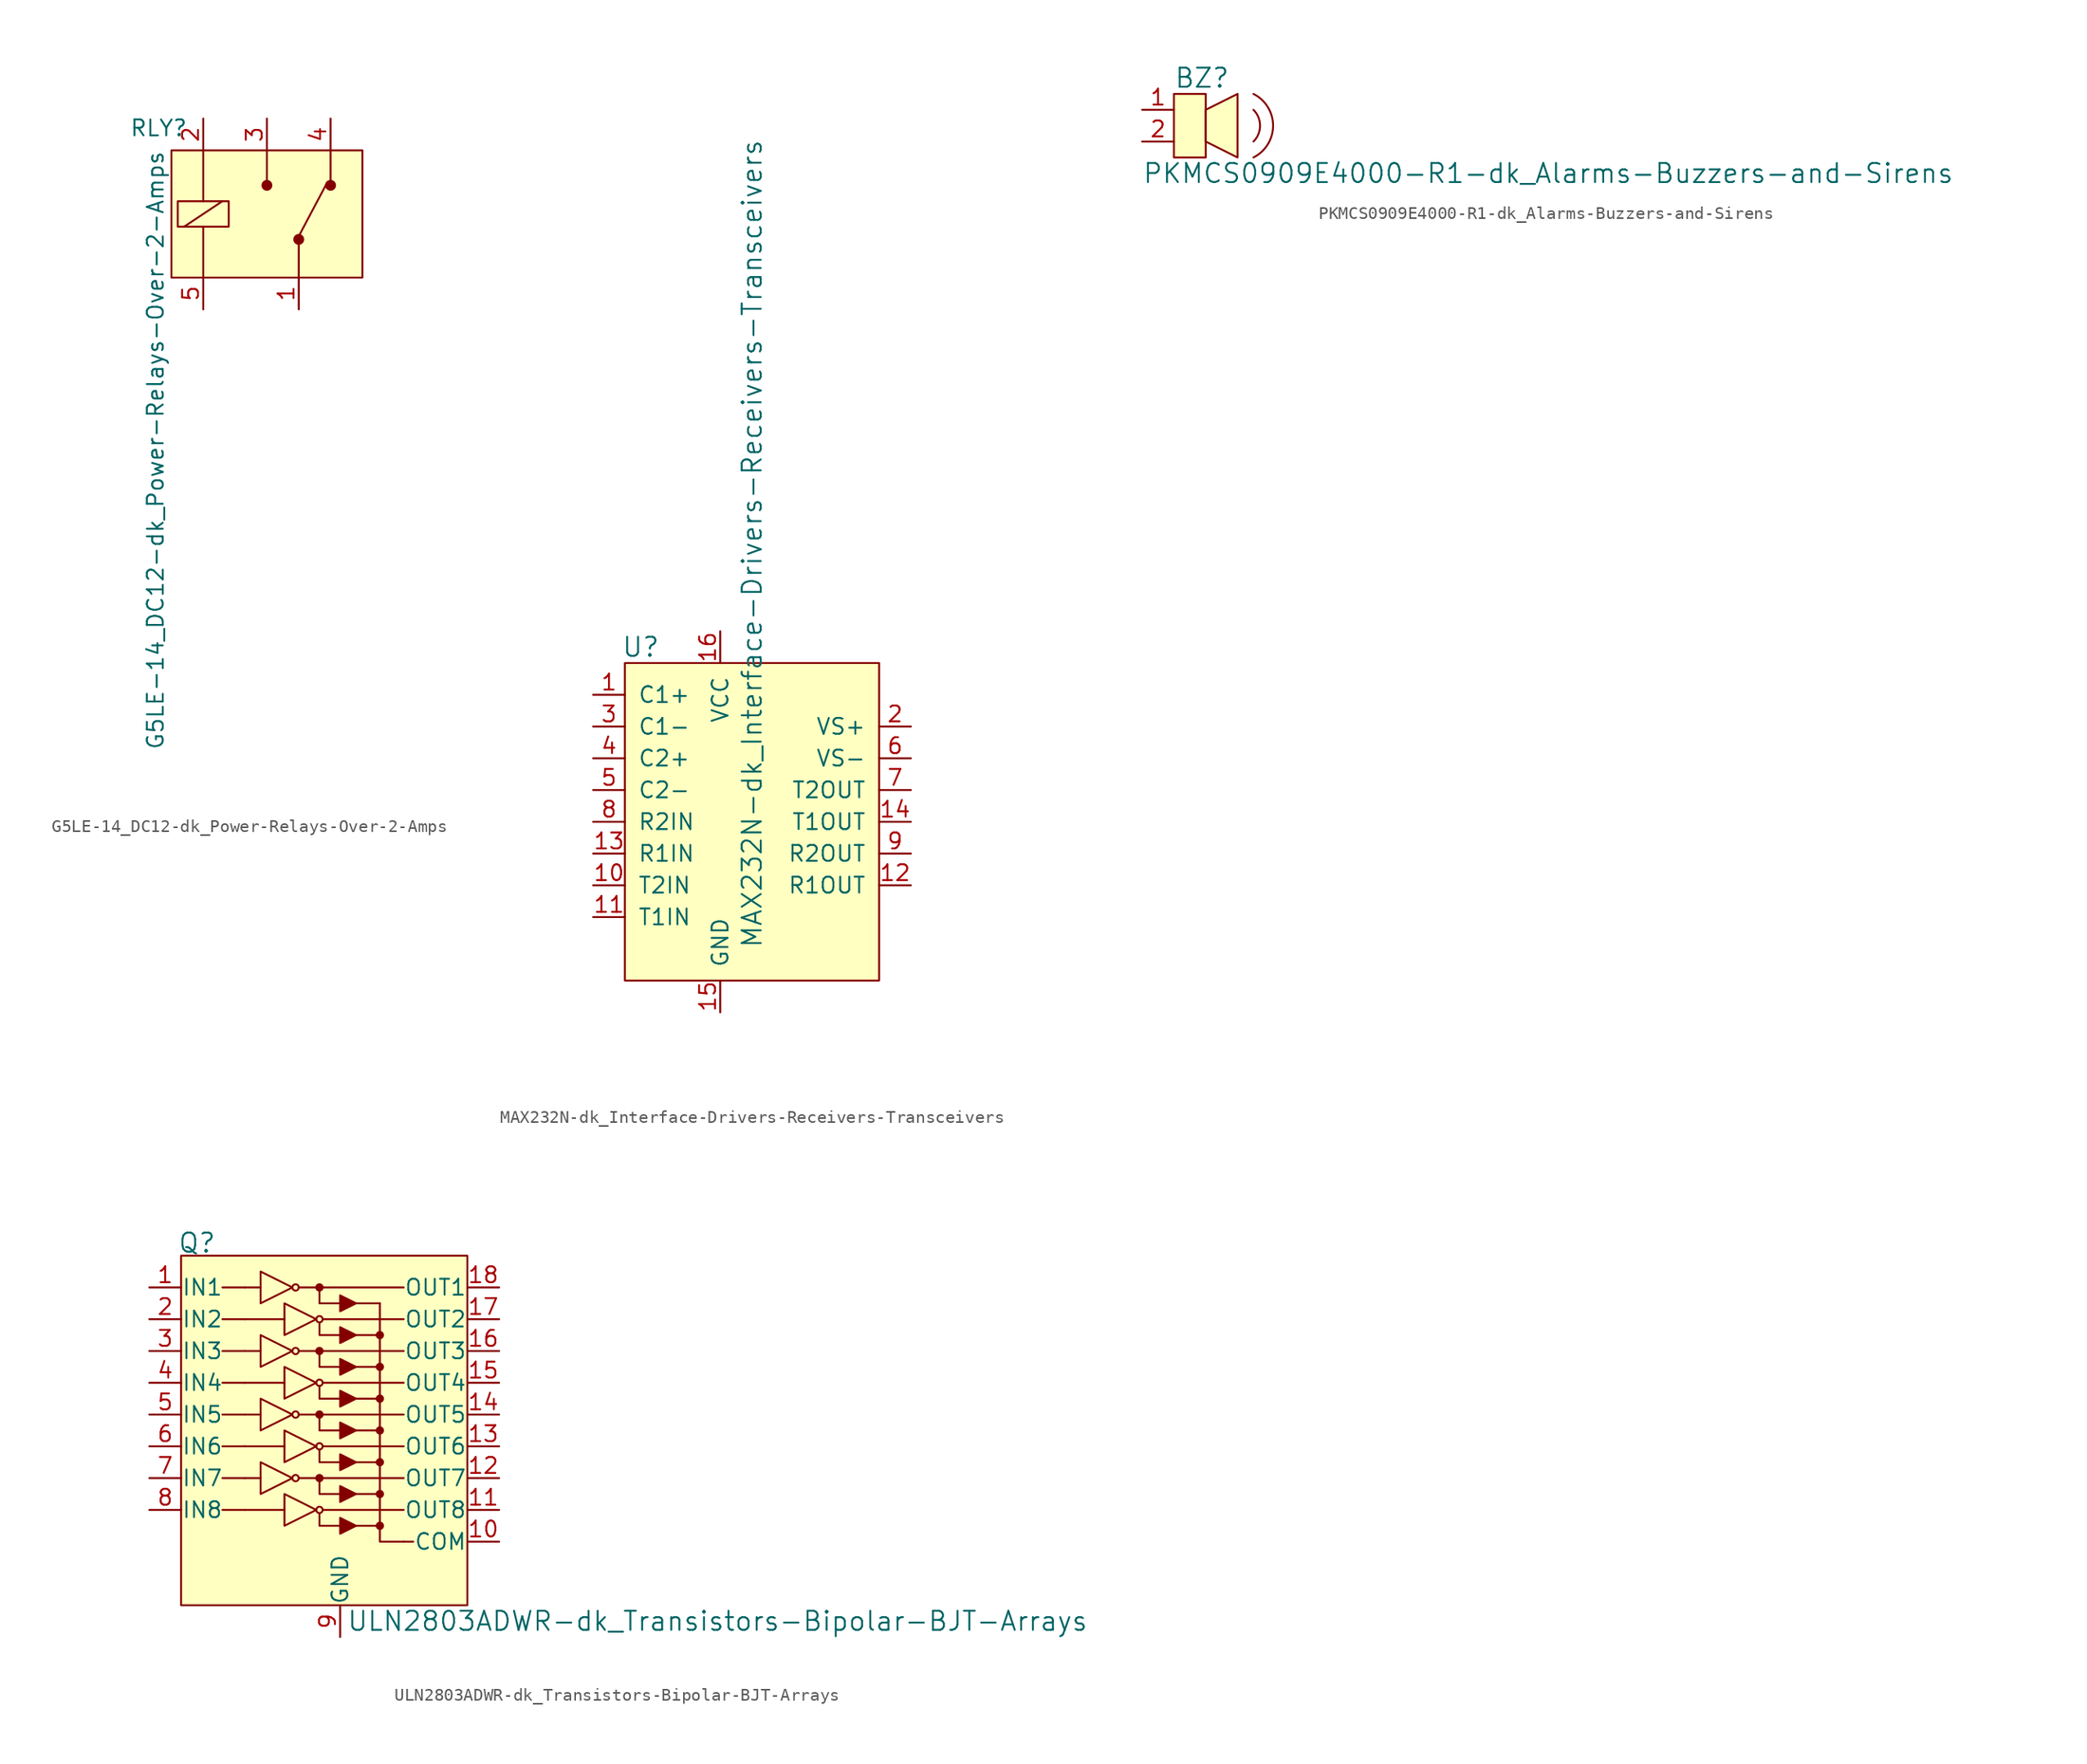
<source format=kicad_sym>
(kicad_symbol_lib
  (version 20220914)
  (generator kicad_symbol_editor)
  (symbol "G5LE-14_DC12-dk_Power-Relays-Over-2-Amps"
    (pin_names
      (offset 0) hide)
    (property "Reference" "RLY"
      (at -8.636 6.858 0)
      (effects (font (size 1.27 1.27))))
    (property "Value" "G5LE-14_DC12-dk_Power-Relays-Over-2-Amps"
      (at -8.89 5.08 90)
      (effects (font (size 1.27 1.27)) (justify right)))
    (symbol "G5LE-14_DC12-dk_Power-Relays-Over-2-Amps_0_1"
      (rectangle (start -7.62 5.08) (end 7.62 -5.08) (stroke (width 0) (type solid)) (fill (type background)))
      (rectangle (start -7.112 1.016) (end -3.048 -1.016) (stroke (width 0) (type solid)) (fill (type none)))
      (polyline (pts (xy -6.604 -1.016) (xy -3.556 1.016)) (stroke (width 0) (type solid)) (fill (type none)))
      (polyline (pts (xy -5.08 -5.08) (xy -5.08 -1.016)) (stroke (width 0) (type solid)) (fill (type none)))
      (polyline (pts (xy -5.08 5.08) (xy -5.08 1.016)) (stroke (width 0) (type solid)) (fill (type none)))
      (polyline (pts (xy 0 5.08) (xy 0 2.54)) (stroke (width 0) (type solid)) (fill (type none)))
      (polyline (pts (xy 2.54 -5.08) (xy 2.54 -2.286)) (stroke (width 0) (type solid)) (fill (type none)))
      (polyline (pts (xy 2.54 -1.778) (xy 4.826 2.54)) (stroke (width 0) (type solid)) (fill (type none)))
      (polyline (pts (xy 5.08 5.08) (xy 5.08 2.54)) (stroke (width 0) (type solid)) (fill (type none)))
      (circle (center 0 2.286) (radius 0.356) (stroke (width 0) (type solid)) (fill (type outline)))
      (circle (center 2.54 -2.032) (radius 0.356) (stroke (width 0) (type solid)) (fill (type outline)))
      (circle (center 5.08 2.286) (radius 0.356) (stroke (width 0) (type solid)) (fill (type outline))))
    (symbol "G5LE-14_DC12-dk_Power-Relays-Over-2-Amps_1_1"
      (pin passive line (at 2.54 -7.62 90) (length 2.54) (name "COM" (effects (font (size 1.27 1.27)))) (number "1" (effects (font (size 1.27 1.27)))))
      (pin passive line (at -5.08 7.62 270) (length 2.54) (name "COIL" (effects (font (size 1.27 1.27)))) (number "2" (effects (font (size 1.27 1.27)))))
      (pin passive line (at 0 7.62 270) (length 2.54) (name "NO" (effects (font (size 1.27 1.27)))) (number "3" (effects (font (size 1.27 1.27)))))
      (pin passive line (at 5.08 7.62 270) (length 2.54) (name "NC" (effects (font (size 1.27 1.27)))) (number "4" (effects (font (size 1.27 1.27)))))
      (pin passive line (at -5.08 -7.62 90) (length 2.54) (name "COIL" (effects (font (size 1.27 1.27)))) (number "5" (effects (font (size 1.27 1.27)))))))
  (symbol "MAX232N-dk_Interface-Drivers-Receivers-Transceivers"
    (pin_names
      (offset 1.016))
    (property "Reference" "U"
      (at -8.89 11.43 0)
      (effects (font (size 1.524 1.524))))
    (property "Value" "MAX232N-dk_Interface-Drivers-Receivers-Transceivers"
      (at 0 -12.7 90)
      (effects (font (size 1.524 1.524)) (justify left)))
    (symbol "MAX232N-dk_Interface-Drivers-Receivers-Transceivers_0_1"
      (rectangle (start -10.16 10.16) (end 10.16 -15.24) (stroke (width 0) (type solid)) (fill (type background))))
    (symbol "MAX232N-dk_Interface-Drivers-Receivers-Transceivers_1_1"
      (pin passive line (at -12.7 7.62 0) (length 2.54) (name "C1+" (effects (font (size 1.27 1.27)))) (number "1" (effects (font (size 1.27 1.27)))))
      (pin input line (at -12.7 -7.62 0) (length 2.54) (name "T2IN" (effects (font (size 1.27 1.27)))) (number "10" (effects (font (size 1.27 1.27)))))
      (pin input line (at -12.7 -10.16 0) (length 2.54) (name "T1IN" (effects (font (size 1.27 1.27)))) (number "11" (effects (font (size 1.27 1.27)))))
      (pin output line (at 12.7 -7.62 180) (length 2.54) (name "R1OUT" (effects (font (size 1.27 1.27)))) (number "12" (effects (font (size 1.27 1.27)))))
      (pin input line (at -12.7 -5.08 0) (length 2.54) (name "R1IN" (effects (font (size 1.27 1.27)))) (number "13" (effects (font (size 1.27 1.27)))))
      (pin output line (at 12.7 -2.54 180) (length 2.54) (name "T1OUT" (effects (font (size 1.27 1.27)))) (number "14" (effects (font (size 1.27 1.27)))))
      (pin power_in line (at -2.54 -17.78 90) (length 2.54) (name "GND" (effects (font (size 1.27 1.27)))) (number "15" (effects (font (size 1.27 1.27)))))
      (pin power_in line (at -2.54 12.7 270) (length 2.54) (name "VCC" (effects (font (size 1.27 1.27)))) (number "16" (effects (font (size 1.27 1.27)))))
      (pin output line (at 12.7 5.08 180) (length 2.54) (name "VS+" (effects (font (size 1.27 1.27)))) (number "2" (effects (font (size 1.27 1.27)))))
      (pin passive line (at -12.7 5.08 0) (length 2.54) (name "C1-" (effects (font (size 1.27 1.27)))) (number "3" (effects (font (size 1.27 1.27)))))
      (pin passive line (at -12.7 2.54 0) (length 2.54) (name "C2+" (effects (font (size 1.27 1.27)))) (number "4" (effects (font (size 1.27 1.27)))))
      (pin passive line (at -12.7 0 0) (length 2.54) (name "C2-" (effects (font (size 1.27 1.27)))) (number "5" (effects (font (size 1.27 1.27)))))
      (pin output line (at 12.7 2.54 180) (length 2.54) (name "VS-" (effects (font (size 1.27 1.27)))) (number "6" (effects (font (size 1.27 1.27)))))
      (pin output line (at 12.7 0 180) (length 2.54) (name "T2OUT" (effects (font (size 1.27 1.27)))) (number "7" (effects (font (size 1.27 1.27)))))
      (pin input line (at -12.7 -2.54 0) (length 2.54) (name "R2IN" (effects (font (size 1.27 1.27)))) (number "8" (effects (font (size 1.27 1.27)))))
      (pin output line (at 12.7 -5.08 180) (length 2.54) (name "R2OUT" (effects (font (size 1.27 1.27)))) (number "9" (effects (font (size 1.27 1.27)))))))
  (symbol "PKMCS0909E4000-R1-dk_Alarms-Buzzers-and-Sirens"
    (pin_names
      (offset 0.025))
    (property "Reference" "BZ"
      (at 0 5.08 0)
      (effects (font (size 1.524 1.524)) (justify left)))
    (property "Value" "PKMCS0909E4000-R1-dk_Alarms-Buzzers-and-Sirens"
      (at -2.54 -2.54 0)
      (effects (font (size 1.524 1.524)) (justify left)))
    (symbol "PKMCS0909E4000-R1-dk_Alarms-Buzzers-and-Sirens_0_1"
      (polyline (pts (xy 2.54 2.54) (xy 5.08 3.81) (xy 5.08 -1.27) (xy 2.54 0) (xy 2.54 2.54)) (stroke (width 0) (type solid)) (fill (type background)))
      (rectangle (start 0 3.81) (end 2.54 -1.27) (stroke (width 0) (type solid)) (fill (type background)))
      (arc (start 6.35 -1.27) (mid 7.9198 1.27) (end 6.35 3.81) (stroke (width 0) (type solid)) (fill (type none)))
      (arc (start 6.35 0) (mid 6.8761 1.27) (end 6.35 2.54) (stroke (width 0) (type solid)) (fill (type none))))
    (symbol "PKMCS0909E4000-R1-dk_Alarms-Buzzers-and-Sirens_1_1"
      (pin input line (at -2.54 2.54 0) (length 2.54) (name "~" (effects (font (size 1.27 1.27)))) (number "1" (effects (font (size 1.27 1.27)))))
      (pin input line (at -2.54 0 0) (length 2.54) (name "~" (effects (font (size 1.27 1.27)))) (number "2" (effects (font (size 1.27 1.27)))))))
  (symbol "ULN2803ADWR-dk_Transistors-Bipolar-BJT-Arrays"
    (pin_names
      (offset 0.025))
    (property "Reference" "Q"
      (at -19.05 23.876 0)
      (effects (font (size 1.524 1.524))))
    (property "Value" "ULN2803ADWR-dk_Transistors-Bipolar-BJT-Arrays"
      (at -7.112 -6.35 0)
      (effects (font (size 1.524 1.524)) (justify left)))
    (symbol "ULN2803ADWR-dk_Transistors-Bipolar-BJT-Arrays_0_1"
      (rectangle (start -20.32 22.86) (end 2.54 -5.08) (stroke (width 0) (type solid)) (fill (type background)))
      (circle (center -11.176 5.08) (radius 0.254) (stroke (width 0) (type solid)) (fill (type none)))
      (circle (center -11.176 10.16) (radius 0.254) (stroke (width 0) (type solid)) (fill (type none)))
      (circle (center -11.176 15.24) (radius 0.254) (stroke (width 0) (type solid)) (fill (type none)))
      (circle (center -11.176 20.32) (radius 0.254) (stroke (width 0) (type solid)) (fill (type none)))
      (circle (center -9.271 2.54) (radius 0.254) (stroke (width 0) (type solid)) (fill (type none)))
      (circle (center -9.271 5.08) (radius 0.254) (stroke (width 0) (type solid)) (fill (type outline)))
      (circle (center -9.271 7.62) (radius 0.254) (stroke (width 0) (type solid)) (fill (type none)))
      (circle (center -9.271 10.16) (radius 0.254) (stroke (width 0) (type solid)) (fill (type outline)))
      (circle (center -9.271 12.7) (radius 0.254) (stroke (width 0) (type solid)) (fill (type none)))
      (circle (center -9.271 15.24) (radius 0.254) (stroke (width 0) (type solid)) (fill (type outline)))
      (circle (center -9.271 17.78) (radius 0.254) (stroke (width 0) (type solid)) (fill (type none)))
      (circle (center -9.271 20.32) (radius 0.254) (stroke (width 0) (type solid)) (fill (type outline)))
      (circle (center -4.445 1.27) (radius 0.254) (stroke (width 0) (type solid)) (fill (type outline)))
      (circle (center -4.445 3.81) (radius 0.254) (stroke (width 0) (type solid)) (fill (type outline)))
      (circle (center -4.445 6.35) (radius 0.254) (stroke (width 0) (type solid)) (fill (type outline)))
      (circle (center -4.445 8.89) (radius 0.254) (stroke (width 0) (type solid)) (fill (type outline)))
      (circle (center -4.445 11.43) (radius 0.254) (stroke (width 0) (type solid)) (fill (type outline)))
      (circle (center -4.445 13.97) (radius 0.254) (stroke (width 0) (type solid)) (fill (type outline)))
      (circle (center -4.445 16.51) (radius 0.254) (stroke (width 0) (type solid)) (fill (type outline)))
      (polyline (pts (xy -15.24 2.54) (xy -17.018 2.54)) (stroke (width 0) (type solid)) (fill (type none)))
      (polyline (pts (xy -15.24 5.08) (xy -17.018 5.08)) (stroke (width 0) (type solid)) (fill (type none)))
      (polyline (pts (xy -15.24 5.08) (xy -13.97 5.08)) (stroke (width 0) (type solid)) (fill (type none)))
      (polyline (pts (xy -15.24 7.62) (xy -17.018 7.62)) (stroke (width 0) (type solid)) (fill (type none)))
      (polyline (pts (xy -15.24 10.16) (xy -17.018 10.16)) (stroke (width 0) (type solid)) (fill (type none)))
      (polyline (pts (xy -15.24 10.16) (xy -13.97 10.16)) (stroke (width 0) (type solid)) (fill (type none)))
      (polyline (pts (xy -15.24 12.7) (xy -17.018 12.7)) (stroke (width 0) (type solid)) (fill (type none)))
      (polyline (pts (xy -15.24 15.24) (xy -17.018 15.24)) (stroke (width 0) (type solid)) (fill (type none)))
      (polyline (pts (xy -15.24 15.24) (xy -13.97 15.24)) (stroke (width 0) (type solid)) (fill (type none)))
      (polyline (pts (xy -15.24 17.78) (xy -17.018 17.78)) (stroke (width 0) (type solid)) (fill (type none)))
      (polyline (pts (xy -15.24 20.32) (xy -17.018 20.32)) (stroke (width 0) (type solid)) (fill (type none)))
      (polyline (pts (xy -15.24 20.32) (xy -13.97 20.32)) (stroke (width 0) (type solid)) (fill (type none)))
      (polyline (pts (xy -12.065 2.54) (xy -15.24 2.54)) (stroke (width 0) (type solid)) (fill (type none)))
      (polyline (pts (xy -12.065 7.62) (xy -15.24 7.62)) (stroke (width 0) (type solid)) (fill (type none)))
      (polyline (pts (xy -12.065 12.7) (xy -15.24 12.7)) (stroke (width 0) (type solid)) (fill (type none)))
      (polyline (pts (xy -12.065 17.78) (xy -15.24 17.78)) (stroke (width 0) (type solid)) (fill (type none)))
      (polyline (pts (xy -10.922 5.08) (xy -9.398 5.08)) (stroke (width 0) (type solid)) (fill (type none)))
      (polyline (pts (xy -10.922 10.16) (xy -9.398 10.16)) (stroke (width 0) (type solid)) (fill (type none)))
      (polyline (pts (xy -10.922 15.24) (xy -9.398 15.24)) (stroke (width 0) (type solid)) (fill (type none)))
      (polyline (pts (xy -10.922 20.32) (xy -9.398 20.32)) (stroke (width 0) (type solid)) (fill (type none)))
      (polyline (pts (xy -9.017 5.08) (xy -2.54 5.08)) (stroke (width 0) (type solid)) (fill (type none)))
      (polyline (pts (xy -9.017 10.16) (xy -2.54 10.16)) (stroke (width 0) (type solid)) (fill (type none)))
      (polyline (pts (xy -9.017 15.24) (xy -2.54 15.24)) (stroke (width 0) (type solid)) (fill (type none)))
      (polyline (pts (xy -9.017 20.32) (xy -2.54 20.32)) (stroke (width 0) (type solid)) (fill (type none)))
      (polyline (pts (xy -6.35 1.27) (xy -4.445 1.27)) (stroke (width 0) (type solid)) (fill (type none)))
      (polyline (pts (xy -6.35 3.81) (xy -4.445 3.81)) (stroke (width 0) (type solid)) (fill (type none)))
      (polyline (pts (xy -6.35 6.35) (xy -4.445 6.35)) (stroke (width 0) (type solid)) (fill (type none)))
      (polyline (pts (xy -6.35 8.89) (xy -4.445 8.89)) (stroke (width 0) (type solid)) (fill (type none)))
      (polyline (pts (xy -6.35 11.43) (xy -4.445 11.43)) (stroke (width 0) (type solid)) (fill (type none)))
      (polyline (pts (xy -6.35 13.97) (xy -4.445 13.97)) (stroke (width 0) (type solid)) (fill (type none)))
      (polyline (pts (xy -6.35 16.51) (xy -4.445 16.51)) (stroke (width 0) (type solid)) (fill (type none)))
      (polyline (pts (xy -6.35 19.05) (xy -4.445 19.05)) (stroke (width 0) (type solid)) (fill (type none)))
      (polyline (pts (xy -2.54 0) (xy -1.778 0)) (stroke (width 0) (type solid)) (fill (type none)))
      (polyline (pts (xy -2.54 2.54) (xy -9.017 2.54)) (stroke (width 0) (type solid)) (fill (type none)))
      (polyline (pts (xy -2.54 7.62) (xy -9.017 7.62)) (stroke (width 0) (type solid)) (fill (type none)))
      (polyline (pts (xy -2.54 12.7) (xy -9.017 12.7)) (stroke (width 0) (type solid)) (fill (type none)))
      (polyline (pts (xy -2.54 17.78) (xy -9.017 17.78)) (stroke (width 0) (type solid)) (fill (type none)))
      (polyline (pts (xy -7.62 1.27) (xy -9.271 1.27) (xy -9.271 2.286)) (stroke (width 0) (type solid)) (fill (type none)))
      (polyline (pts (xy -7.62 3.81) (xy -9.271 3.81) (xy -9.271 4.953)) (stroke (width 0) (type solid)) (fill (type none)))
      (polyline (pts (xy -7.62 6.35) (xy -9.271 6.35) (xy -9.271 7.366)) (stroke (width 0) (type solid)) (fill (type none)))
      (polyline (pts (xy -7.62 8.89) (xy -9.271 8.89) (xy -9.271 10.033)) (stroke (width 0) (type solid)) (fill (type none)))
      (polyline (pts (xy -7.62 11.43) (xy -9.271 11.43) (xy -9.271 12.446)) (stroke (width 0) (type solid)) (fill (type none)))
      (polyline (pts (xy -7.62 13.97) (xy -9.271 13.97) (xy -9.271 15.113)) (stroke (width 0) (type solid)) (fill (type none)))
      (polyline (pts (xy -7.62 16.51) (xy -9.271 16.51) (xy -9.271 17.526)) (stroke (width 0) (type solid)) (fill (type none)))
      (polyline (pts (xy -7.62 19.05) (xy -9.271 19.05) (xy -9.271 20.193)) (stroke (width 0) (type solid)) (fill (type none)))
      (polyline (pts (xy -4.445 19.05) (xy -4.445 0) (xy -2.54 0)) (stroke (width 0) (type solid)) (fill (type none)))
      (polyline (pts (xy -13.97 6.35) (xy -13.97 3.81) (xy -11.43 5.08) (xy -13.97 6.35)) (stroke (width 0) (type solid)) (fill (type none)))
      (polyline (pts (xy -13.97 11.43) (xy -13.97 8.89) (xy -11.43 10.16) (xy -13.97 11.43)) (stroke (width 0) (type solid)) (fill (type none)))
      (polyline (pts (xy -13.97 16.51) (xy -13.97 13.97) (xy -11.43 15.24) (xy -13.97 16.51)) (stroke (width 0) (type solid)) (fill (type none)))
      (polyline (pts (xy -13.97 21.59) (xy -13.97 19.05) (xy -11.43 20.32) (xy -13.97 21.59)) (stroke (width 0) (type solid)) (fill (type none)))
      (polyline (pts (xy -12.065 3.81) (xy -12.065 1.27) (xy -9.525 2.54) (xy -12.065 3.81)) (stroke (width 0) (type solid)) (fill (type none)))
      (polyline (pts (xy -12.065 8.89) (xy -12.065 6.35) (xy -9.525 7.62) (xy -12.065 8.89)) (stroke (width 0) (type solid)) (fill (type none)))
      (polyline (pts (xy -12.065 13.97) (xy -12.065 11.43) (xy -9.525 12.7) (xy -12.065 13.97)) (stroke (width 0) (type solid)) (fill (type none)))
      (polyline (pts (xy -12.065 19.05) (xy -12.065 16.51) (xy -9.525 17.78) (xy -12.065 19.05)) (stroke (width 0) (type solid)) (fill (type none)))
      (polyline (pts (xy -7.62 1.905) (xy -7.62 0.635) (xy -6.35 1.27) (xy -7.62 1.905)) (stroke (width 0) (type solid)) (fill (type outline)))
      (polyline (pts (xy -7.62 4.445) (xy -7.62 3.175) (xy -6.35 3.81) (xy -7.62 4.445)) (stroke (width 0) (type solid)) (fill (type outline)))
      (polyline (pts (xy -7.62 6.985) (xy -7.62 5.715) (xy -6.35 6.35) (xy -7.62 6.985)) (stroke (width 0) (type solid)) (fill (type outline)))
      (polyline (pts (xy -7.62 9.525) (xy -7.62 8.255) (xy -6.35 8.89) (xy -7.62 9.525)) (stroke (width 0) (type solid)) (fill (type outline)))
      (polyline (pts (xy -7.62 12.065) (xy -7.62 10.795) (xy -6.35 11.43) (xy -7.62 12.065)) (stroke (width 0) (type solid)) (fill (type outline)))
      (polyline (pts (xy -7.62 14.605) (xy -7.62 13.335) (xy -6.35 13.97) (xy -7.62 14.605)) (stroke (width 0) (type solid)) (fill (type outline)))
      (polyline (pts (xy -7.62 17.145) (xy -7.62 15.875) (xy -6.35 16.51) (xy -7.62 17.145)) (stroke (width 0) (type solid)) (fill (type outline)))
      (polyline (pts (xy -7.62 19.685) (xy -7.62 18.415) (xy -6.35 19.05) (xy -7.62 19.685)) (stroke (width 0) (type solid)) (fill (type outline))))
    (symbol "ULN2803ADWR-dk_Transistors-Bipolar-BJT-Arrays_1_1"
      (pin input line (at -22.86 20.32 0) (length 2.54) (name "IN1" (effects (font (size 1.27 1.27)))) (number "1" (effects (font (size 1.27 1.27)))))
      (pin output line (at 5.08 0 180) (length 2.54) (name "COM" (effects (font (size 1.27 1.27)))) (number "10" (effects (font (size 1.27 1.27)))))
      (pin output line (at 5.08 2.54 180) (length 2.54) (name "OUT8" (effects (font (size 1.27 1.27)))) (number "11" (effects (font (size 1.27 1.27)))))
      (pin output line (at 5.08 5.08 180) (length 2.54) (name "OUT7" (effects (font (size 1.27 1.27)))) (number "12" (effects (font (size 1.27 1.27)))))
      (pin output line (at 5.08 7.62 180) (length 2.54) (name "OUT6" (effects (font (size 1.27 1.27)))) (number "13" (effects (font (size 1.27 1.27)))))
      (pin output line (at 5.08 10.16 180) (length 2.54) (name "OUT5" (effects (font (size 1.27 1.27)))) (number "14" (effects (font (size 1.27 1.27)))))
      (pin output line (at 5.08 12.7 180) (length 2.54) (name "OUT4" (effects (font (size 1.27 1.27)))) (number "15" (effects (font (size 1.27 1.27)))))
      (pin output line (at 5.08 15.24 180) (length 2.54) (name "OUT3" (effects (font (size 1.27 1.27)))) (number "16" (effects (font (size 1.27 1.27)))))
      (pin output line (at 5.08 17.78 180) (length 2.54) (name "OUT2" (effects (font (size 1.27 1.27)))) (number "17" (effects (font (size 1.27 1.27)))))
      (pin output line (at 5.08 20.32 180) (length 2.54) (name "OUT1" (effects (font (size 1.27 1.27)))) (number "18" (effects (font (size 1.27 1.27)))))
      (pin input line (at -22.86 17.78 0) (length 2.54) (name "IN2" (effects (font (size 1.27 1.27)))) (number "2" (effects (font (size 1.27 1.27)))))
      (pin input line (at -22.86 15.24 0) (length 2.54) (name "IN3" (effects (font (size 1.27 1.27)))) (number "3" (effects (font (size 1.27 1.27)))))
      (pin input line (at -22.86 12.7 0) (length 2.54) (name "IN4" (effects (font (size 1.27 1.27)))) (number "4" (effects (font (size 1.27 1.27)))))
      (pin input line (at -22.86 10.16 0) (length 2.54) (name "IN5" (effects (font (size 1.27 1.27)))) (number "5" (effects (font (size 1.27 1.27)))))
      (pin input line (at -22.86 7.62 0) (length 2.54) (name "IN6" (effects (font (size 1.27 1.27)))) (number "6" (effects (font (size 1.27 1.27)))))
      (pin input line (at -22.86 5.08 0) (length 2.54) (name "IN7" (effects (font (size 1.27 1.27)))) (number "7" (effects (font (size 1.27 1.27)))))
      (pin input line (at -22.86 2.54 0) (length 2.54) (name "IN8" (effects (font (size 1.27 1.27)))) (number "8" (effects (font (size 1.27 1.27)))))
      (pin power_in line (at -7.62 -7.62 90) (length 2.54) (name "GND" (effects (font (size 1.27 1.27)))) (number "9" (effects (font (size 1.27 1.27))))))))
</source>
